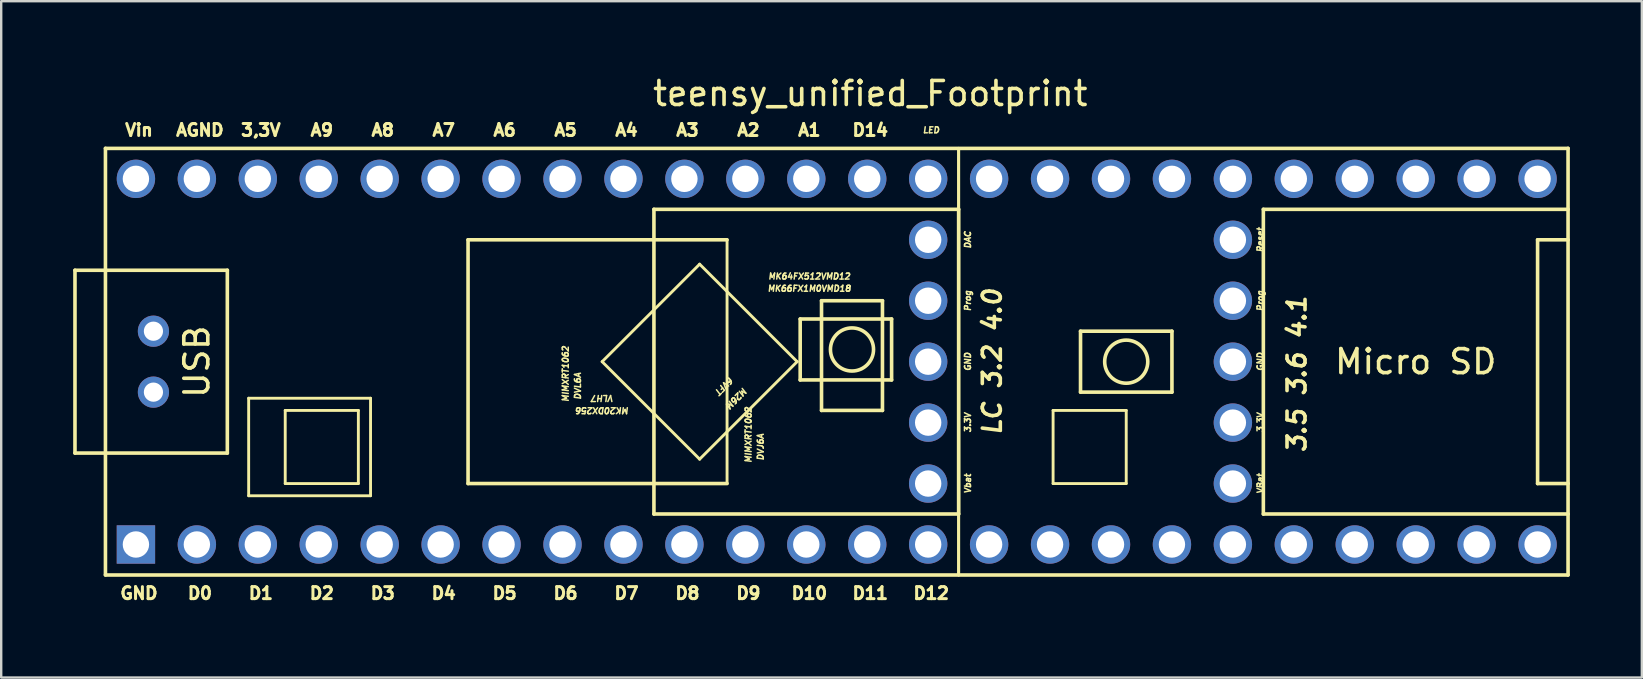
<source format=kicad_pcb>
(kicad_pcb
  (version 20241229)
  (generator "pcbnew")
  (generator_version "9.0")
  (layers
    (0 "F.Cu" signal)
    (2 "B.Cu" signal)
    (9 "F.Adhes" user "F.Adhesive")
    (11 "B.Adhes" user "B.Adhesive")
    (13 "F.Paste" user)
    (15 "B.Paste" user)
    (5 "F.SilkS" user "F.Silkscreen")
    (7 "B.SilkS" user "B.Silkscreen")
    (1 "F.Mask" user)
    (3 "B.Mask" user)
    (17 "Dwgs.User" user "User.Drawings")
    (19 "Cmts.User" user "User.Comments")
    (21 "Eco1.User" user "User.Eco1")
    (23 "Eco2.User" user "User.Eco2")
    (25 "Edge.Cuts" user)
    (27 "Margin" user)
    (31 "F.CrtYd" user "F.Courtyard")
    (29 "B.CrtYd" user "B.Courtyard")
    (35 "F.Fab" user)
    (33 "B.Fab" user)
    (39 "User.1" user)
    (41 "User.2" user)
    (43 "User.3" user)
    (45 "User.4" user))
  (footprint "teensy_unified_Footprint"
    (layer "F.Cu")
    (at 33.73 3.134)
    (property "Reference" "teensy_unified_Footprint" (at -0.508 -2.286 0) (layer "F.SilkS") (effects (font (size 1 1) (thickness 0.15))))
    (attr through_hole)
    (fp_line (start -33.655 5.08) (end -32.385 5.08) (stroke (width 0.15) (type solid)) (layer "F.SilkS"))
    (fp_line (start -33.655 12.7) (end -33.655 5.08) (stroke (width 0.15) (type solid)) (layer "F.SilkS"))
    (fp_line (start -32.385 0) (end 28.575 0) (stroke (width 0.15) (type solid)) (layer "F.SilkS"))
    (fp_line (start -32.385 12.7) (end -33.655 12.7) (stroke (width 0.15) (type solid)) (layer "F.SilkS"))
    (fp_line (start -32.385 17.78) (end -32.385 0) (stroke (width 0.15) (type solid)) (layer "F.SilkS"))
    (fp_line (start -27.305 5.08) (end -32.385 5.08) (stroke (width 0.15) (type solid)) (layer "F.SilkS"))
    (fp_line (start -27.305 12.7) (end -32.385 12.7) (stroke (width 0.15) (type solid)) (layer "F.SilkS"))
    (fp_line (start -27.305 12.7) (end -27.305 5.08) (stroke (width 0.15) (type solid)) (layer "F.SilkS"))
    (fp_line (start -26.416 10.414) (end -26.416 14.478) (stroke (width 0.12) (type solid)) (layer "F.SilkS"))
    (fp_line (start -26.416 14.478) (end -21.336 14.478) (stroke (width 0.12) (type solid)) (layer "F.SilkS"))
    (fp_line (start -24.892 10.922) (end -24.892 13.97) (stroke (width 0.12) (type solid)) (layer "F.SilkS"))
    (fp_line (start -24.892 13.97) (end -21.844 13.97) (stroke (width 0.12) (type solid)) (layer "F.SilkS"))
    (fp_line (start -21.844 10.922) (end -24.892 10.922) (stroke (width 0.12) (type solid)) (layer "F.SilkS"))
    (fp_line (start -21.844 13.97) (end -21.844 10.922) (stroke (width 0.12) (type solid)) (layer "F.SilkS"))
    (fp_line (start -21.336 10.414) (end -26.416 10.414) (stroke (width 0.12) (type solid)) (layer "F.SilkS"))
    (fp_line (start -21.336 14.478) (end -21.336 10.414) (stroke (width 0.12) (type solid)) (layer "F.SilkS"))
    (fp_line (start -17.272 3.81) (end -17.272 13.97) (stroke (width 0.15) (type solid)) (layer "F.SilkS"))
    (fp_line (start -17.272 13.97) (end -6.477 13.97) (stroke (width 0.15) (type solid)) (layer "F.SilkS"))
    (fp_line (start -11.684 8.89) (end -7.62 12.954) (stroke (width 0.12) (type solid)) (layer "F.SilkS"))
    (fp_line (start -9.525 2.54) (end -9.525 15.24) (stroke (width 0.15) (type solid)) (layer "F.SilkS"))
    (fp_line (start -9.525 15.24) (end 3.175 15.24) (stroke (width 0.15) (type solid)) (layer "F.SilkS"))
    (fp_line (start -7.62 4.826) (end -11.684 8.89) (stroke (width 0.12) (type solid)) (layer "F.SilkS"))
    (fp_line (start -7.62 12.954) (end -3.556 8.89) (stroke (width 0.12) (type solid)) (layer "F.SilkS"))
    (fp_line (start -6.477 3.81) (end -17.272 3.81) (stroke (width 0.15) (type solid)) (layer "F.SilkS"))
    (fp_line (start -6.477 13.97) (end -6.477 3.81) (stroke (width 0.12) (type solid)) (layer "F.SilkS"))
    (fp_line (start -3.556 8.89) (end -7.62 4.826) (stroke (width 0.12) (type solid)) (layer "F.SilkS"))
    (fp_line (start -3.429 7.112) (end 0.381 7.112) (stroke (width 0.15) (type solid)) (layer "F.SilkS"))
    (fp_line (start -3.429 9.652) (end -3.429 7.112) (stroke (width 0.15) (type solid)) (layer "F.SilkS"))
    (fp_line (start -2.54 6.35) (end 0 6.35) (stroke (width 0.15) (type solid)) (layer "F.SilkS"))
    (fp_line (start -2.54 10.922) (end -2.54 6.35) (stroke (width 0.15) (type solid)) (layer "F.SilkS"))
    (fp_line (start 0 6.35) (end 0 10.922) (stroke (width 0.15) (type solid)) (layer "F.SilkS"))
    (fp_line (start 0 10.922) (end -2.54 10.922) (stroke (width 0.15) (type solid)) (layer "F.SilkS"))
    (fp_line (start 0.381 7.112) (end 0.381 9.652) (stroke (width 0.15) (type solid)) (layer "F.SilkS"))
    (fp_line (start 0.381 9.652) (end -3.429 9.652) (stroke (width 0.15) (type solid)) (layer "F.SilkS"))
    (fp_line (start 3.175 0) (end 3.175 17.78) (stroke (width 0.12) (type solid)) (layer "F.SilkS"))
    (fp_line (start 3.175 2.54) (end -9.525 2.54) (stroke (width 0.15) (type solid)) (layer "F.SilkS"))
    (fp_line (start 3.175 15.24) (end 3.175 2.54) (stroke (width 0.15) (type solid)) (layer "F.SilkS"))
    (fp_line (start 3.175 17.78) (end 3.175 0) (stroke (width 0.12) (type solid)) (layer "F.SilkS"))
    (fp_line (start 7.112 10.922) (end 7.112 13.97) (stroke (width 0.12) (type solid)) (layer "F.SilkS"))
    (fp_line (start 7.112 13.97) (end 10.16 13.97) (stroke (width 0.12) (type solid)) (layer "F.SilkS"))
    (fp_line (start 8.255 7.62) (end 12.065 7.62) (stroke (width 0.15) (type solid)) (layer "F.SilkS"))
    (fp_line (start 8.255 10.16) (end 8.255 7.62) (stroke (width 0.15) (type solid)) (layer "F.SilkS"))
    (fp_line (start 10.16 10.922) (end 7.112 10.922) (stroke (width 0.12) (type solid)) (layer "F.SilkS"))
    (fp_line (start 10.16 13.97) (end 10.16 10.922) (stroke (width 0.12) (type solid)) (layer "F.SilkS"))
    (fp_line (start 12.065 7.62) (end 12.065 10.16) (stroke (width 0.15) (type solid)) (layer "F.SilkS"))
    (fp_line (start 12.065 10.16) (end 8.255 10.16) (stroke (width 0.15) (type solid)) (layer "F.SilkS"))
    (fp_line (start 15.875 2.54) (end 15.875 15.24) (stroke (width 0.15) (type solid)) (layer "F.SilkS"))
    (fp_line (start 15.875 15.24) (end 28.575 15.24) (stroke (width 0.15) (type solid)) (layer "F.SilkS"))
    (fp_line (start 27.305 3.81) (end 27.305 13.97) (stroke (width 0.15) (type solid)) (layer "F.SilkS"))
    (fp_line (start 27.305 13.97) (end 28.575 13.97) (stroke (width 0.15) (type solid)) (layer "F.SilkS"))
    (fp_line (start 28.575 0) (end 28.575 17.78) (stroke (width 0.15) (type solid)) (layer "F.SilkS"))
    (fp_line (start 28.575 2.54) (end 15.875 2.54) (stroke (width 0.15) (type solid)) (layer "F.SilkS"))
    (fp_line (start 28.575 3.81) (end 27.305 3.81) (stroke (width 0.15) (type solid)) (layer "F.SilkS"))
    (fp_line (start 28.575 17.78) (end -32.385 17.78) (stroke (width 0.15) (type solid)) (layer "F.SilkS"))
    (fp_circle (center -1.27 8.382) (end -1.905 7.747) (stroke (width 0.15) (type solid)) (fill no) (layer "F.SilkS"))
    (fp_circle (center 10.16 8.89) (end 10.795 8.255) (stroke (width 0.15) (type solid)) (fill no) (layer "F.SilkS"))
    (fp_text user "A4" (at -10.668 -0.762 0) (layer "F.SilkS") (effects (font (size 0.5 0.5) (thickness 0.125))))
    (fp_text user "A2" (at -5.588 -0.762 0) (layer "F.SilkS") (effects (font (size 0.5 0.5) (thickness 0.125))))
    (fp_text user "A7" (at -18.288 -0.762 0) (layer "F.SilkS") (effects (font (size 0.5 0.5) (thickness 0.125))))
    (fp_text user "Vbat" (at 3.556 13.97 90) (layer "F.SilkS") (effects (font (size 0.25 0.25) (thickness 0.062) (italic yes))))
    (fp_text user "VBat" (at 15.748 13.97 90) (layer "F.SilkS") (effects (font (size 0.25 0.25) (thickness 0.062) (italic yes))))
    (fp_text user "6VFT" (at -6.604 9.906 225) (unlocked yes) (layer "F.SilkS") (effects (font (size 0.25 0.25) (thickness 0.062) (italic yes))))
    (fp_text user "D1" (at -25.908 18.542 0) (layer "F.SilkS") (effects (font (size 0.5 0.5) (thickness 0.125))))
    (fp_text user "MK66FX1M0VMD18" (at -3.048 5.842 0) (layer "F.SilkS") (effects (font (size 0.25 0.25) (thickness 0.062) (italic yes))))
    (fp_text user "A3" (at -8.128 -0.762 0) (layer "F.SilkS") (effects (font (size 0.5 0.5) (thickness 0.125))))
    (fp_text user "D12" (at 2.032 18.542 0) (layer "F.SilkS") (effects (font (size 0.5 0.5) (thickness 0.125))))
    (fp_text user "M26M" (at -6.096 10.414 225) (unlocked yes) (layer "F.SilkS") (effects (font (size 0.25 0.25) (thickness 0.062) (italic yes))))
    (fp_text user "AGND" (at -28.448 -0.762 0) (layer "F.SilkS") (effects (font (size 0.5 0.5) (thickness 0.125))))
    (fp_text user "A6" (at -15.748 -0.762 0) (layer "F.SilkS") (effects (font (size 0.5 0.5) (thickness 0.125))))
    (fp_text user "D8" (at -8.128 18.542 0) (layer "F.SilkS") (effects (font (size 0.5 0.5) (thickness 0.125))))
    (fp_text user "GND" (at -30.988 18.542 0) (layer "F.SilkS") (effects (font (size 0.5 0.5) (thickness 0.125))))
    (fp_text user "A5" (at -13.208 -0.762 0) (layer "F.SilkS") (effects (font (size 0.5 0.5) (thickness 0.125))))
    (fp_text user "D5" (at -15.748 18.542 0) (layer "F.SilkS") (effects (font (size 0.5 0.5) (thickness 0.125))))
    (fp_text user "D11" (at -0.508 18.542 0) (layer "F.SilkS") (effects (font (size 0.5 0.5) (thickness 0.125))))
    (fp_text user "GND" (at 3.556 8.89 90) (layer "F.SilkS") (effects (font (size 0.25 0.25) (thickness 0.062) (italic yes))))
    (fp_text user "3,3V" (at 15.748 11.43 90) (layer "F.SilkS") (effects (font (size 0.25 0.25) (thickness 0.062) (italic yes))))
    (fp_text user "D4" (at -18.288 18.542 0) (layer "F.SilkS") (effects (font (size 0.5 0.5) (thickness 0.125))))
    (fp_text user "Micro SD" (at 22.225 8.89 0) (layer "F.SilkS") (effects (font (size 1 1) (thickness 0.15))))
    (fp_text user "D10" (at -3.048 18.542 0) (layer "F.SilkS") (effects (font (size 0.5 0.5) (thickness 0.125))))
    (fp_text user "MK20DX256" (at -11.684 10.922 180) (unlocked yes) (layer "F.SilkS") (effects (font (size 0.25 0.25) (thickness 0.062) (italic yes))))
    (fp_text user "D7" (at -10.668 18.542 0) (layer "F.SilkS") (effects (font (size 0.5 0.5) (thickness 0.125))))
    (fp_text user "DVJ6A" (at -5.08 12.446 90) (layer "F.SilkS") (effects (font (size 0.25 0.25) (thickness 0.062) (italic yes))))
    (fp_text user "D3" (at -20.828 18.542 0) (layer "F.SilkS") (effects (font (size 0.5 0.5) (thickness 0.125))))
    (fp_text user "MIMXRT1062" (at -13.208 9.398 90) (layer "F.SilkS") (effects (font (size 0.25 0.25) (thickness 0.062) (italic yes))))
    (fp_text user "Prog" (at 3.556 6.35 90) (layer "F.SilkS") (effects (font (size 0.25 0.25) (thickness 0.062) (italic yes))))
    (fp_text user "D2" (at -23.368 18.542 0) (layer "F.SilkS") (effects (font (size 0.5 0.5) (thickness 0.125))))
    (fp_text user "GND" (at 15.748 8.89 90) (layer "F.SilkS") (effects (font (size 0.25 0.25) (thickness 0.062) (italic yes))))
    (fp_text user "DAC" (at 3.556 3.81 90) (layer "F.SilkS") (effects (font (size 0.25 0.25) (thickness 0.062) (italic yes))))
    (fp_text user "MK64FX512VMD12" (at -3.048 5.334 0) (layer "F.SilkS") (effects (font (size 0.25 0.25) (thickness 0.062) (italic yes))))
    (fp_text user "DVL6A" (at -12.7 9.906 90) (layer "F.SilkS") (effects (font (size 0.25 0.25) (thickness 0.062) (italic yes))))
    (fp_text user "LED" (at 2.032 -0.762 0) (layer "F.SilkS") (effects (font (size 0.25 0.25) (thickness 0.062) (italic yes))))
    (fp_text user "D0" (at -28.448 18.542 0) (layer "F.SilkS") (effects (font (size 0.5 0.5) (thickness 0.125))))
    (fp_text user "3.5 3.6 4.1" (at 17.272 9.398 90) (layer "F.SilkS") (effects (font (size 0.75 0.75) (thickness 0.15) (italic yes))))
    (fp_text user "VLH7" (at -11.684 10.414 180) (unlocked yes) (layer "F.SilkS") (effects (font (size 0.25 0.25) (thickness 0.062) (italic yes))))
    (fp_text user "MIMXRT1062" (at -5.588 11.938 90) (layer "F.SilkS") (effects (font (size 0.25 0.25) (thickness 0.062) (italic yes))))
    (fp_text user "3,3V" (at -25.908 -0.762 0) (layer "F.SilkS") (effects (font (size 0.5 0.5) (thickness 0.125))))
    (fp_text user "USB" (at -28.575 8.89 270) (layer "F.SilkS") (effects (font (size 1 1) (thickness 0.15))))
    (fp_text user "Reset" (at 15.748 3.81 90) (layer "F.SilkS") (effects (font (size 0.25 0.25) (thickness 0.062) (italic yes))))
    (fp_text user "Vin" (at -30.988 -0.762 0) (layer "F.SilkS") (effects (font (size 0.5 0.5) (thickness 0.125))))
    (fp_text user "LC 3.2 4.0" (at 4.572 8.89 90) (unlocked yes) (layer "F.SilkS") (effects (font (size 0.75 0.75) (thickness 0.15) (italic yes))))
    (fp_text user "D14" (at -0.508 -0.762 0) (layer "F.SilkS") (effects (font (size 0.5 0.5) (thickness 0.125))))
    (fp_text user "D6" (at -13.208 18.542 0) (layer "F.SilkS") (effects (font (size 0.5 0.5) (thickness 0.125))))
    (fp_text user "Prog" (at 15.748 6.35 90) (layer "F.SilkS") (effects (font (size 0.25 0.25) (thickness 0.062) (italic yes))))
    (fp_text user "A9" (at -23.368 -0.762 0) (layer "F.SilkS") (effects (font (size 0.5 0.5) (thickness 0.125))))
    (fp_text user "A1" (at -3.048 -0.762 0) (layer "F.SilkS") (effects (font (size 0.5 0.5) (thickness 0.125))))
    (fp_text user "A8" (at -20.828 -0.762 0) (layer "F.SilkS") (effects (font (size 0.5 0.5) (thickness 0.125))))
    (fp_text user "3.3V" (at 3.556 11.43 90) (layer "F.SilkS") (effects (font (size 0.25 0.25) (thickness 0.062) (italic yes))))
    (fp_text user "D9" (at -5.588 18.542 0) (layer "F.SilkS") (effects (font (size 0.5 0.5) (thickness 0.125))))
    (pad "1" thru_hole rect (at -31.115 16.51) (size 1.6 1.6) (drill 1.1) (layers "*.Cu" "*.Mask"))
    (pad "2" thru_hole circle (at -28.575 16.51) (size 1.6 1.6) (drill 1.1) (layers "*.Cu" "*.Mask"))
    (pad "3" thru_hole circle (at -26.035 16.51) (size 1.6 1.6) (drill 1.1) (layers "*.Cu" "*.Mask"))
    (pad "4" thru_hole circle (at -23.495 16.51) (size 1.6 1.6) (drill 1.1) (layers "*.Cu" "*.Mask"))
    (pad "5" thru_hole circle (at -20.955 16.51) (size 1.6 1.6) (drill 1.1) (layers "*.Cu" "*.Mask"))
    (pad "6" thru_hole circle (at -18.415 16.51) (size 1.6 1.6) (drill 1.1) (layers "*.Cu" "*.Mask"))
    (pad "7" thru_hole circle (at -15.875 16.51) (size 1.6 1.6) (drill 1.1) (layers "*.Cu" "*.Mask"))
    (pad "8" thru_hole circle (at -13.335 16.51) (size 1.6 1.6) (drill 1.1) (layers "*.Cu" "*.Mask"))
    (pad "9" thru_hole circle (at -10.795 16.51) (size 1.6 1.6) (drill 1.1) (layers "*.Cu" "*.Mask"))
    (pad "10" thru_hole circle (at -8.255 16.51) (size 1.6 1.6) (drill 1.1) (layers "*.Cu" "*.Mask"))
    (pad "11" thru_hole circle (at -5.715 16.51) (size 1.6 1.6) (drill 1.1) (layers "*.Cu" "*.Mask"))
    (pad "12" thru_hole circle (at -3.175 16.51) (size 1.6 1.6) (drill 1.1) (layers "*.Cu" "*.Mask"))
    (pad "13" thru_hole circle (at -0.635 16.51) (size 1.6 1.6) (drill 1.1) (layers "*.Cu" "*.Mask"))
    (pad "14" thru_hole circle (at 1.905 16.51) (size 1.6 1.6) (drill 1.1) (layers "*.Cu" "*.Mask"))
    (pad "15" thru_hole circle (at 4.445 16.51) (size 1.6 1.6) (drill 1.1) (layers "*.Cu" "*.Mask"))
    (pad "16" thru_hole circle (at 6.985 16.51) (size 1.6 1.6) (drill 1.1) (layers "*.Cu" "*.Mask"))
    (pad "17" thru_hole circle (at 9.525 16.51) (size 1.6 1.6) (drill 1.1) (layers "*.Cu" "*.Mask"))
    (pad "18" thru_hole circle (at 12.065 16.51) (size 1.6 1.6) (drill 1.1) (layers "*.Cu" "*.Mask"))
    (pad "19" thru_hole circle (at 14.605 16.51) (size 1.6 1.6) (drill 1.1) (layers "*.Cu" "*.Mask"))
    (pad "20" thru_hole circle (at 17.145 16.51) (size 1.6 1.6) (drill 1.1) (layers "*.Cu" "*.Mask"))
    (pad "21" thru_hole circle (at 19.685 16.51) (size 1.6 1.6) (drill 1.1) (layers "*.Cu" "*.Mask"))
    (pad "22" thru_hole circle (at 22.225 16.51) (size 1.6 1.6) (drill 1.1) (layers "*.Cu" "*.Mask"))
    (pad "23" thru_hole circle (at 24.765 16.51) (size 1.6 1.6) (drill 1.1) (layers "*.Cu" "*.Mask"))
    (pad "24" thru_hole circle (at 27.305 16.51) (size 1.6 1.6) (drill 1.1) (layers "*.Cu" "*.Mask"))
    (pad "25" thru_hole circle (at 27.305 1.27) (size 1.6 1.6) (drill 1.1) (layers "*.Cu" "*.Mask"))
    (pad "26" thru_hole circle (at 24.765 1.27) (size 1.6 1.6) (drill 1.1) (layers "*.Cu" "*.Mask"))
    (pad "27" thru_hole circle (at 22.225 1.27) (size 1.6 1.6) (drill 1.1) (layers "*.Cu" "*.Mask"))
    (pad "28" thru_hole circle (at 19.685 1.27) (size 1.6 1.6) (drill 1.1) (layers "*.Cu" "*.Mask"))
    (pad "29" thru_hole circle (at 17.145 1.27) (size 1.6 1.6) (drill 1.1) (layers "*.Cu" "*.Mask"))
    (pad "30" thru_hole circle (at 14.605 1.27) (size 1.6 1.6) (drill 1.1) (layers "*.Cu" "*.Mask"))
    (pad "31" thru_hole circle (at 12.065 1.27) (size 1.6 1.6) (drill 1.1) (layers "*.Cu" "*.Mask"))
    (pad "32" thru_hole circle (at 9.525 1.27) (size 1.6 1.6) (drill 1.1) (layers "*.Cu" "*.Mask"))
    (pad "33" thru_hole circle (at 6.985 1.27) (size 1.6 1.6) (drill 1.1) (layers "*.Cu" "*.Mask"))
    (pad "34" thru_hole circle (at 4.445 1.27) (size 1.6 1.6) (drill 1.1) (layers "*.Cu" "*.Mask"))
    (pad "35" thru_hole circle (at 1.905 1.27) (size 1.6 1.6) (drill 1.1) (layers "*.Cu" "*.Mask"))
    (pad "36" thru_hole circle (at -0.635 1.27) (size 1.6 1.6) (drill 1.1) (layers "*.Cu" "*.Mask"))
    (pad "37" thru_hole circle (at -3.175 1.27) (size 1.6 1.6) (drill 1.1) (layers "*.Cu" "*.Mask"))
    (pad "38" thru_hole circle (at -5.715 1.27) (size 1.6 1.6) (drill 1.1) (layers "*.Cu" "*.Mask"))
    (pad "39" thru_hole circle (at -8.255 1.27) (size 1.6 1.6) (drill 1.1) (layers "*.Cu" "*.Mask"))
    (pad "40" thru_hole circle (at -10.795 1.27) (size 1.6 1.6) (drill 1.1) (layers "*.Cu" "*.Mask"))
    (pad "41" thru_hole circle (at -13.335 1.27) (size 1.6 1.6) (drill 1.1) (layers "*.Cu" "*.Mask"))
    (pad "42" thru_hole circle (at -15.875 1.27) (size 1.6 1.6) (drill 1.1) (layers "*.Cu" "*.Mask"))
    (pad "43" thru_hole circle (at -18.415 1.27) (size 1.6 1.6) (drill 1.1) (layers "*.Cu" "*.Mask"))
    (pad "44" thru_hole circle (at -20.955 1.27) (size 1.6 1.6) (drill 1.1) (layers "*.Cu" "*.Mask"))
    (pad "45" thru_hole circle (at -23.495 1.27) (size 1.6 1.6) (drill 1.1) (layers "*.Cu" "*.Mask"))
    (pad "46" thru_hole circle (at -26.035 1.27) (size 1.6 1.6) (drill 1.1) (layers "*.Cu" "*.Mask"))
    (pad "47" thru_hole circle (at -28.575 1.27) (size 1.6 1.6) (drill 1.1) (layers "*.Cu" "*.Mask"))
    (pad "48" thru_hole circle (at -31.115 1.27) (size 1.6 1.6) (drill 1.1) (layers "*.Cu" "*.Mask"))
    (pad "50" thru_hole circle (at 14.605 13.97) (size 1.6 1.6) (drill 1.1) (layers "*.Cu" "*.Mask"))
    (pad "51" thru_hole circle (at 14.605 11.43) (size 1.6 1.6) (drill 1.1) (layers "*.Cu" "*.Mask"))
    (pad "52" thru_hole circle (at 14.605 8.89) (size 1.6 1.6) (drill 1.1) (layers "*.Cu" "*.Mask"))
    (pad "53" thru_hole circle (at 14.605 6.35) (size 1.6 1.6) (drill 1.1) (layers "*.Cu" "*.Mask"))
    (pad "54" thru_hole circle (at 14.605 3.81) (size 1.6 1.6) (drill 1.1) (layers "*.Cu" "*.Mask"))
    (pad "66" thru_hole circle (at -30.385 10.16) (size 1.3 1.3) (drill 0.8) (layers "*.Cu" "*.Mask"))
    (pad "67" thru_hole circle (at -30.385 7.62) (size 1.3 1.3) (drill 0.8) (layers "*.Cu" "*.Mask"))
    (pad "68" thru_hole circle (at 1.905 8.89) (size 1.6 1.6) (drill 1.1) (layers "*.Cu"))
    (pad "69" thru_hole circle (at 1.905 6.35) (size 1.6 1.6) (drill 1.1) (layers "*.Cu"))
    (pad "70" thru_hole circle (at 1.905 3.81) (size 1.6 1.6) (drill 1.1) (layers "*.Cu"))
    (pad "71" thru_hole circle (at 1.905 11.43) (size 1.6 1.6) (drill 1.1) (layers "*.Cu"))
    (pad "72" thru_hole circle (at 1.905 13.97) (size 1.6 1.6) (drill 1.1) (layers "*.Cu")))
  (gr_rect
    (start -3 -3)
    (end 65.38 25.188)
    (stroke (width 0.1) (type default))
    (fill no)
    (layer "Edge.Cuts")))
</source>
